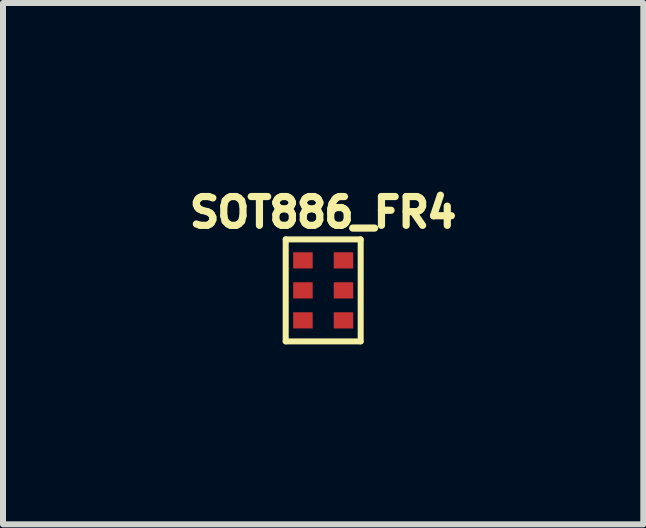
<source format=kicad_pcb>
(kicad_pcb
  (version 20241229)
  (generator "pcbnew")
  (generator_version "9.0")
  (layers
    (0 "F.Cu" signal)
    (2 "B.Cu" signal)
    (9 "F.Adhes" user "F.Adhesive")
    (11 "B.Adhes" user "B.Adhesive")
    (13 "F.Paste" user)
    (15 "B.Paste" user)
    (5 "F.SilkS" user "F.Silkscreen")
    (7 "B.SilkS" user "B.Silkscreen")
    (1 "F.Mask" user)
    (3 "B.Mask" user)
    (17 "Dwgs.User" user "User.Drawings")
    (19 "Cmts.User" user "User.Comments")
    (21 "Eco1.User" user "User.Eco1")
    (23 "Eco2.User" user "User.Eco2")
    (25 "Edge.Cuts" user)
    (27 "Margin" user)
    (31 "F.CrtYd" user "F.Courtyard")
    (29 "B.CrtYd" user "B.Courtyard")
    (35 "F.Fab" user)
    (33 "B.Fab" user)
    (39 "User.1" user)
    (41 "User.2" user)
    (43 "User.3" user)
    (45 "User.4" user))
  (footprint "SOT886_FR4"
    (layer "F.Cu")
    (at 2.338 1.791)
    (property "Reference" "SOT886_FR4" (at 0 -1.3 0) (layer "F.SilkS") (effects (font (size 0.48 0.48) (thickness 0.15))))
    (attr smd)
    (fp_poly (pts (xy -0.55 -0.685) (xy -0.125 -0.685) (xy -0.125 -0.315) (xy -0.55 -0.315)) (stroke (width 0.01) (type solid)) (fill yes) (layer "F.Mask"))
    (fp_poly (pts (xy -0.55 -0.185) (xy -0.125 -0.185) (xy -0.125 0.185) (xy -0.55 0.185)) (stroke (width 0.01) (type solid)) (fill yes) (layer "F.Mask"))
    (fp_poly (pts (xy -0.55 0.315) (xy -0.125 0.315) (xy -0.125 0.685) (xy -0.55 0.685)) (stroke (width 0.01) (type solid)) (fill yes) (layer "F.Mask"))
    (fp_poly (pts (xy 0.125 -0.685) (xy 0.55 -0.685) (xy 0.55 -0.315) (xy 0.125 -0.315)) (stroke (width 0.01) (type solid)) (fill yes) (layer "F.Mask"))
    (fp_poly (pts (xy 0.125 -0.185) (xy 0.55 -0.185) (xy 0.55 0.185) (xy 0.125 0.185)) (stroke (width 0.01) (type solid)) (fill yes) (layer "F.Mask"))
    (fp_poly (pts (xy 0.125 0.315) (xy 0.55 0.315) (xy 0.55 0.685) (xy 0.125 0.685)) (stroke (width 0.01) (type solid)) (fill yes) (layer "F.Mask"))
    (fp_line (start -0.625 -0.85) (end -0.625 0.85) (stroke (width 0.1) (type solid)) (layer "F.SilkS"))
    (fp_line (start -0.625 0.85) (end 0.625 0.85) (stroke (width 0.1) (type solid)) (layer "F.SilkS"))
    (fp_line (start 0.625 -0.85) (end -0.625 -0.85) (stroke (width 0.1) (type solid)) (layer "F.SilkS"))
    (fp_line (start 0.625 0.85) (end 0.625 -0.85) (stroke (width 0.1) (type solid)) (layer "F.SilkS"))
    (fp_poly (pts (xy -0.5 -0.635) (xy -0.175 -0.635) (xy -0.175 -0.365) (xy -0.5 -0.365)) (stroke (width 0.01) (type solid)) (fill yes) (layer "F.Paste"))
    (fp_poly (pts (xy -0.5 -0.135) (xy -0.175 -0.135) (xy -0.175 0.135) (xy -0.5 0.135)) (stroke (width 0.01) (type solid)) (fill yes) (layer "F.Paste"))
    (fp_poly (pts (xy -0.5 0.365) (xy -0.175 0.365) (xy -0.175 0.635) (xy -0.5 0.635)) (stroke (width 0.01) (type solid)) (fill yes) (layer "F.Paste"))
    (fp_poly (pts (xy 0.175 -0.635) (xy 0.5 -0.635) (xy 0.5 -0.365) (xy 0.175 -0.365)) (stroke (width 0.01) (type solid)) (fill yes) (layer "F.Paste"))
    (fp_poly (pts (xy 0.175 -0.135) (xy 0.5 -0.135) (xy 0.5 0.135) (xy 0.175 0.135)) (stroke (width 0.01) (type solid)) (fill yes) (layer "F.Paste"))
    (fp_poly (pts (xy 0.175 0.365) (xy 0.5 0.365) (xy 0.5 0.635) (xy 0.175 0.635)) (stroke (width 0.01) (type solid)) (fill yes) (layer "F.Paste"))
    (pad "P$1" smd rect (at -0.338 -0.5) (size 0.325 0.27) (layers "F.Cu"))
    (pad "P$2" smd rect (at -0.338 0) (size 0.325 0.27) (layers "F.Cu"))
    (pad "P$3" smd rect (at -0.338 0.5) (size 0.325 0.27) (layers "F.Cu"))
    (pad "P$4" smd rect (at 0.338 0.5) (size 0.325 0.27) (layers "F.Cu"))
    (pad "P$5" smd rect (at 0.338 0) (size 0.325 0.27) (layers "F.Cu"))
    (pad "P$6" smd rect (at 0.338 -0.5) (size 0.325 0.27) (layers "F.Cu")))
  (gr_rect
    (start -3 -3)
    (end 7.675 5.691)
    (stroke (width 0.1) (type default))
    (fill no)
    (layer "Edge.Cuts")))
</source>
